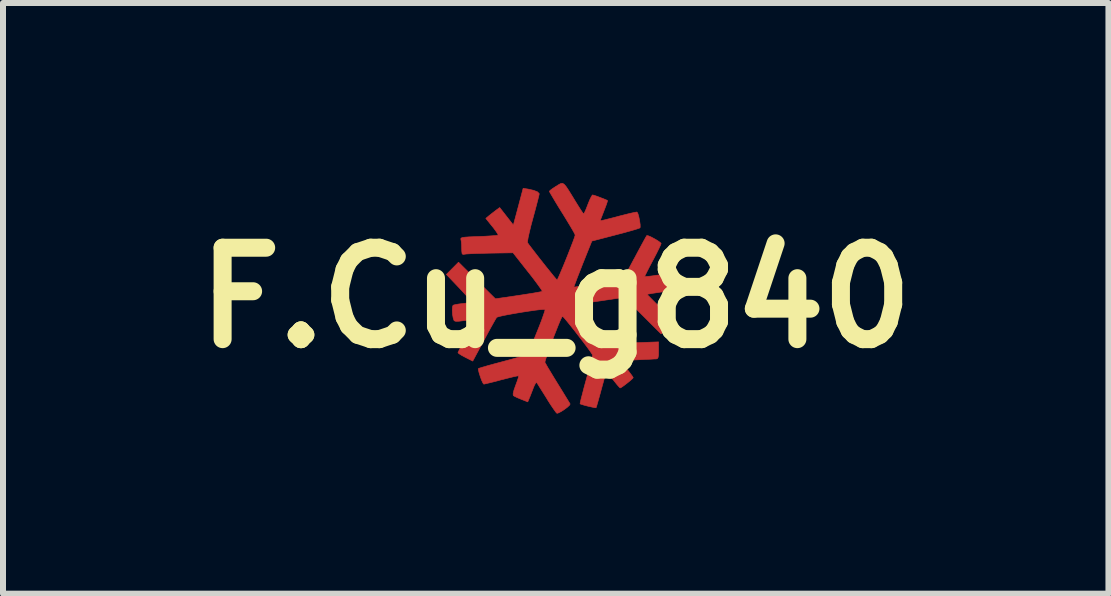
<source format=kicad_pcb>
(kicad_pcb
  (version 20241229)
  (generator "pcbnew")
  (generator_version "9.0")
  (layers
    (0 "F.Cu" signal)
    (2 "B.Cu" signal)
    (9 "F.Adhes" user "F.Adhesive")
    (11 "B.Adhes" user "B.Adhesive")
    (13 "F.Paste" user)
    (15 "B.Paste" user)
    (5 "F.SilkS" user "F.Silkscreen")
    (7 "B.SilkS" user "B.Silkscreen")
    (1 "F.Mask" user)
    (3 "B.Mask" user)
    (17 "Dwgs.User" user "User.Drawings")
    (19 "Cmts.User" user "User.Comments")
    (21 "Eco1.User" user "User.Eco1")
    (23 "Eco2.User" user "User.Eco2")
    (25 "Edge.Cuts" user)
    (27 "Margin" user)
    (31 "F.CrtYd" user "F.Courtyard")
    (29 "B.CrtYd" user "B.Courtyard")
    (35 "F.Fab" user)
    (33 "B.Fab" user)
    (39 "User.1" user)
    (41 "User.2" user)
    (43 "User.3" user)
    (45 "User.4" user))
  (footprint "F.Cu_g840"
    (layer "F.Cu")
    (at 6.212 1.913)
    (property "Reference" "F.Cu_g840" (at 0 0 0) (layer "F.SilkS") (effects (font (size 1.524 1.524) (thickness 0.3))))
    (attr through_hole)
    (fp_poly (pts (xy 0.139 -1.893) (xy 0.171 -1.857) (xy 0.212 -1.796) (xy 0.268 -1.706) (xy 0.318 -1.624) (xy 0.371 -1.538) (xy 0.416 -1.467) (xy 0.449 -1.418) (xy 0.466 -1.398) (xy 0.466 -1.398) (xy 0.478 -1.416) (xy 0.5 -1.464) (xy 0.528 -1.534) (xy 0.536 -1.556) (xy 0.566 -1.63) (xy 0.593 -1.685) (xy 0.611 -1.713) (xy 0.614 -1.714) (xy 0.642 -1.707) (xy 0.693 -1.69) (xy 0.755 -1.666) (xy 0.814 -1.643) (xy 0.854 -1.626) (xy 0.863 -1.62) (xy 0.859 -1.599) (xy 0.842 -1.548) (xy 0.815 -1.478) (xy 0.805 -1.452) (xy 0.776 -1.377) (xy 0.753 -1.318) (xy 0.742 -1.286) (xy 0.741 -1.283) (xy 0.76 -1.286) (xy 0.813 -1.298) (xy 0.893 -1.318) (xy 0.992 -1.343) (xy 1.041 -1.357) (xy 1.148 -1.384) (xy 1.24 -1.407) (xy 1.31 -1.422) (xy 1.349 -1.429) (xy 1.355 -1.428) (xy 1.37 -1.402) (xy 1.385 -1.35) (xy 1.398 -1.285) (xy 1.407 -1.223) (xy 1.408 -1.178) (xy 1.404 -1.165) (xy 1.379 -1.155) (xy 1.319 -1.136) (xy 1.232 -1.111) (xy 1.124 -1.081) (xy 1.001 -1.049) (xy 0.994 -1.047) (xy 0.602 -0.945) (xy 0.449 -0.564) (xy 0.403 -0.446) (xy 0.362 -0.342) (xy 0.331 -0.259) (xy 0.31 -0.203) (xy 0.302 -0.179) (xy 0.302 -0.178) (xy 0.323 -0.18) (xy 0.378 -0.188) (xy 0.459 -0.199) (xy 0.558 -0.213) (xy 0.668 -0.228) (xy 0.781 -0.244) (xy 0.889 -0.26) (xy 0.984 -0.274) (xy 1.058 -0.285) (xy 1.104 -0.293) (xy 1.114 -0.295) (xy 1.125 -0.313) (xy 1.152 -0.363) (xy 1.193 -0.439) (xy 1.245 -0.535) (xy 1.304 -0.646) (xy 1.313 -0.661) (xy 1.373 -0.774) (xy 1.427 -0.874) (xy 1.471 -0.955) (xy 1.502 -1.011) (xy 1.517 -1.036) (xy 1.517 -1.037) (xy 1.54 -1.034) (xy 1.586 -1.015) (xy 1.643 -0.985) (xy 1.698 -0.953) (xy 1.74 -0.923) (xy 1.757 -0.905) (xy 1.747 -0.879) (xy 1.721 -0.823) (xy 1.683 -0.746) (xy 1.635 -0.653) (xy 1.619 -0.624) (xy 1.569 -0.529) (xy 1.528 -0.449) (xy 1.498 -0.389) (xy 1.483 -0.358) (xy 1.482 -0.355) (xy 1.501 -0.354) (xy 1.552 -0.358) (xy 1.626 -0.367) (xy 1.656 -0.372) (xy 1.737 -0.383) (xy 1.798 -0.391) (xy 1.832 -0.394) (xy 1.835 -0.394) (xy 1.839 -0.373) (xy 1.846 -0.321) (xy 1.854 -0.251) (xy 1.868 -0.111) (xy 1.765 -0.097) (xy 1.686 -0.085) (xy 1.612 -0.074) (xy 1.591 -0.07) (xy 1.52 -0.058) (xy 1.734 0.157) (xy 1.81 0.235) (xy 1.874 0.303) (xy 1.921 0.356) (xy 1.945 0.388) (xy 1.947 0.393) (xy 1.933 0.418) (xy 1.897 0.462) (xy 1.852 0.508) (xy 1.756 0.602) (xy 1.451 0.297) (xy 1.145 -0.008) (xy 0.747 0.051) (xy 0.623 0.069) (xy 0.514 0.086) (xy 0.428 0.099) (xy 0.369 0.109) (xy 0.346 0.113) (xy 0.346 0.113) (xy 0.357 0.13) (xy 0.391 0.175) (xy 0.443 0.243) (xy 0.51 0.329) (xy 0.587 0.427) (xy 0.598 0.441) (xy 0.854 0.766) (xy 1.284 0.751) (xy 1.714 0.735) (xy 1.714 0.876) (xy 1.713 0.952) (xy 1.706 0.995) (xy 1.693 1.015) (xy 1.677 1.019) (xy 1.643 1.02) (xy 1.576 1.024) (xy 1.485 1.028) (xy 1.378 1.033) (xy 1.358 1.034) (xy 1.075 1.048) (xy 1.183 1.183) (xy 1.233 1.247) (xy 1.271 1.298) (xy 1.29 1.328) (xy 1.291 1.332) (xy 1.276 1.35) (xy 1.237 1.385) (xy 1.186 1.426) (xy 1.135 1.465) (xy 1.093 1.494) (xy 1.074 1.503) (xy 1.057 1.487) (xy 1.021 1.446) (xy 0.973 1.386) (xy 0.955 1.363) (xy 0.899 1.294) (xy 0.859 1.255) (xy 0.838 1.249) (xy 0.837 1.252) (xy 0.828 1.282) (xy 0.81 1.345) (xy 0.786 1.431) (xy 0.758 1.533) (xy 0.753 1.553) (xy 0.725 1.654) (xy 0.701 1.74) (xy 0.683 1.801) (xy 0.673 1.831) (xy 0.672 1.833) (xy 0.65 1.831) (xy 0.601 1.821) (xy 0.539 1.807) (xy 0.476 1.791) (xy 0.428 1.776) (xy 0.406 1.768) (xy 0.409 1.746) (xy 0.422 1.69) (xy 0.444 1.606) (xy 0.471 1.501) (xy 0.504 1.38) (xy 0.507 1.37) (xy 0.54 1.247) (xy 0.569 1.137) (xy 0.592 1.047) (xy 0.608 0.984) (xy 0.614 0.954) (xy 0.614 0.954) (xy 0.601 0.931) (xy 0.568 0.883) (xy 0.518 0.814) (xy 0.456 0.732) (xy 0.387 0.643) (xy 0.317 0.552) (xy 0.25 0.468) (xy 0.191 0.395) (xy 0.146 0.341) (xy 0.118 0.311) (xy 0.113 0.307) (xy 0.1 0.326) (xy 0.076 0.377) (xy 0.044 0.453) (xy 0.007 0.547) (xy -0.034 0.651) (xy -0.074 0.759) (xy -0.112 0.861) (xy -0.143 0.951) (xy -0.167 1.022) (xy -0.179 1.066) (xy -0.18 1.077) (xy -0.165 1.103) (xy -0.133 1.16) (xy -0.085 1.239) (xy -0.027 1.335) (xy 0.029 1.426) (xy 0.094 1.531) (xy 0.151 1.624) (xy 0.197 1.699) (xy 0.228 1.75) (xy 0.24 1.77) (xy 0.23 1.79) (xy 0.194 1.824) (xy 0.143 1.862) (xy 0.089 1.897) (xy 0.043 1.92) (xy 0.021 1.926) (xy 0.004 1.909) (xy -0.03 1.862) (xy -0.078 1.792) (xy -0.133 1.706) (xy -0.15 1.677) (xy -0.207 1.586) (xy -0.257 1.507) (xy -0.294 1.447) (xy -0.316 1.415) (xy -0.318 1.412) (xy -0.333 1.42) (xy -0.355 1.459) (xy -0.371 1.497) (xy -0.4 1.572) (xy -0.428 1.644) (xy -0.438 1.667) (xy -0.466 1.735) (xy -0.577 1.691) (xy -0.642 1.664) (xy -0.69 1.64) (xy -0.707 1.629) (xy -0.71 1.6) (xy -0.696 1.539) (xy -0.668 1.46) (xy -0.641 1.387) (xy -0.623 1.332) (xy -0.617 1.303) (xy -0.618 1.301) (xy -0.641 1.303) (xy -0.696 1.314) (xy -0.777 1.334) (xy -0.875 1.359) (xy -0.901 1.365) (xy -1.004 1.393) (xy -1.093 1.415) (xy -1.16 1.431) (xy -1.196 1.439) (xy -1.198 1.439) (xy -1.213 1.421) (xy -1.235 1.375) (xy -1.257 1.314) (xy -1.277 1.251) (xy -1.289 1.199) (xy -1.291 1.182) (xy -1.272 1.173) (xy -1.217 1.156) (xy -1.135 1.132) (xy -1.03 1.103) (xy -0.909 1.071) (xy -0.899 1.068) (xy -0.775 1.035) (xy -0.664 1.004) (xy -0.573 0.978) (xy -0.509 0.957) (xy -0.479 0.944) (xy -0.478 0.944) (xy -0.462 0.918) (xy -0.435 0.862) (xy -0.4 0.782) (xy -0.359 0.686) (xy -0.317 0.582) (xy -0.275 0.478) (xy -0.237 0.38) (xy -0.207 0.295) (xy -0.186 0.233) (xy -0.177 0.199) (xy -0.178 0.196) (xy -0.204 0.194) (xy -0.263 0.198) (xy -0.348 0.208) (xy -0.45 0.223) (xy -0.561 0.24) (xy -0.674 0.259) (xy -0.781 0.278) (xy -0.873 0.296) (xy -0.942 0.312) (xy -0.98 0.324) (xy -0.985 0.328) (xy -1.002 0.355) (xy -1.035 0.413) (xy -1.081 0.495) (xy -1.136 0.596) (xy -1.195 0.706) (xy -1.383 1.055) (xy -1.506 0.993) (xy -1.569 0.959) (xy -1.613 0.931) (xy -1.629 0.915) (xy -1.619 0.892) (xy -1.592 0.839) (xy -1.553 0.763) (xy -1.503 0.671) (xy -1.484 0.635) (xy -1.434 0.54) (xy -1.394 0.46) (xy -1.367 0.4) (xy -1.357 0.367) (xy -1.358 0.363) (xy -1.386 0.363) (xy -1.444 0.369) (xy -1.52 0.379) (xy -1.527 0.38) (xy -1.614 0.391) (xy -1.666 0.392) (xy -1.692 0.383) (xy -1.694 0.38) (xy -1.709 0.337) (xy -1.72 0.275) (xy -1.724 0.21) (xy -1.721 0.154) (xy -1.711 0.125) (xy -1.71 0.124) (xy -1.678 0.115) (xy -1.617 0.104) (xy -1.542 0.095) (xy -1.47 0.086) (xy -1.418 0.077) (xy -1.397 0.07) (xy -1.397 0.07) (xy -1.411 0.052) (xy -1.449 0.009) (xy -1.506 -0.054) (xy -1.576 -0.13) (xy -1.609 -0.165) (xy -1.822 -0.389) (xy -1.721 -0.491) (xy -1.62 -0.593) (xy -1.313 -0.288) (xy -1.005 0.017) (xy -0.621 -0.039) (xy -0.498 -0.058) (xy -0.39 -0.075) (xy -0.304 -0.09) (xy -0.246 -0.101) (xy -0.224 -0.107) (xy -0.233 -0.127) (xy -0.265 -0.174) (xy -0.315 -0.243) (xy -0.38 -0.33) (xy -0.457 -0.428) (xy -0.462 -0.434) (xy -0.711 -0.75) (xy -1.091 -0.744) (xy -1.217 -0.741) (xy -1.33 -0.738) (xy -1.424 -0.734) (xy -1.49 -0.73) (xy -1.519 -0.726) (xy -1.547 -0.723) (xy -1.561 -0.737) (xy -1.566 -0.779) (xy -1.567 -0.818) (xy -1.569 -0.889) (xy -1.575 -0.948) (xy -1.579 -0.965) (xy -1.582 -0.983) (xy -1.576 -0.995) (xy -1.555 -1.004) (xy -1.513 -1.01) (xy -1.444 -1.015) (xy -1.341 -1.019) (xy -1.281 -1.021) (xy -1.171 -1.026) (xy -1.076 -1.032) (xy -1.005 -1.037) (xy -0.965 -1.042) (xy -0.96 -1.044) (xy -0.967 -1.065) (xy -0.996 -1.109) (xy -1.04 -1.169) (xy -1.057 -1.189) (xy -1.165 -1.323) (xy -1.107 -1.372) (xy -1.047 -1.419) (xy -0.991 -1.462) (xy -0.934 -1.504) (xy -0.82 -1.358) (xy -0.706 -1.212) (xy -0.624 -1.518) (xy -0.543 -1.824) (xy -0.463 -1.812) (xy -0.369 -1.791) (xy -0.305 -1.766) (xy -0.276 -1.737) (xy -0.275 -1.731) (xy -0.281 -1.703) (xy -0.296 -1.641) (xy -0.319 -1.552) (xy -0.348 -1.443) (xy -0.38 -1.325) (xy -0.413 -1.203) (xy -0.439 -1.095) (xy -0.459 -1.007) (xy -0.469 -0.946) (xy -0.47 -0.919) (xy -0.45 -0.89) (xy -0.409 -0.836) (xy -0.354 -0.765) (xy -0.29 -0.682) (xy -0.22 -0.593) (xy -0.151 -0.506) (xy -0.087 -0.427) (xy -0.034 -0.361) (xy 0.004 -0.316) (xy 0.022 -0.297) (xy 0.023 -0.297) (xy 0.034 -0.315) (xy 0.057 -0.366) (xy 0.089 -0.441) (xy 0.128 -0.533) (xy 0.17 -0.636) (xy 0.212 -0.741) (xy 0.251 -0.841) (xy 0.285 -0.929) (xy 0.31 -0.997) (xy 0.323 -1.039) (xy 0.324 -1.046) (xy 0.314 -1.071) (xy 0.284 -1.125) (xy 0.238 -1.203) (xy 0.18 -1.299) (xy 0.114 -1.407) (xy 0.109 -1.414) (xy 0.042 -1.522) (xy -0.016 -1.618) (xy -0.062 -1.696) (xy -0.094 -1.75) (xy -0.106 -1.774) (xy -0.106 -1.775) (xy -0.089 -1.793) (xy -0.046 -1.825) (xy 0.005 -1.858) (xy 0.05 -1.886) (xy 0.084 -1.904) (xy 0.112 -1.908) (xy 0.139 -1.893)) (stroke (width 0.01) (type solid)) (fill yes) (layer "F.Cu")))
  (gr_rect
    (start -3 -3)
    (end 15.424 6.844)
    (stroke (width 0.1) (type default))
    (fill no)
    (layer "Edge.Cuts")))
</source>
